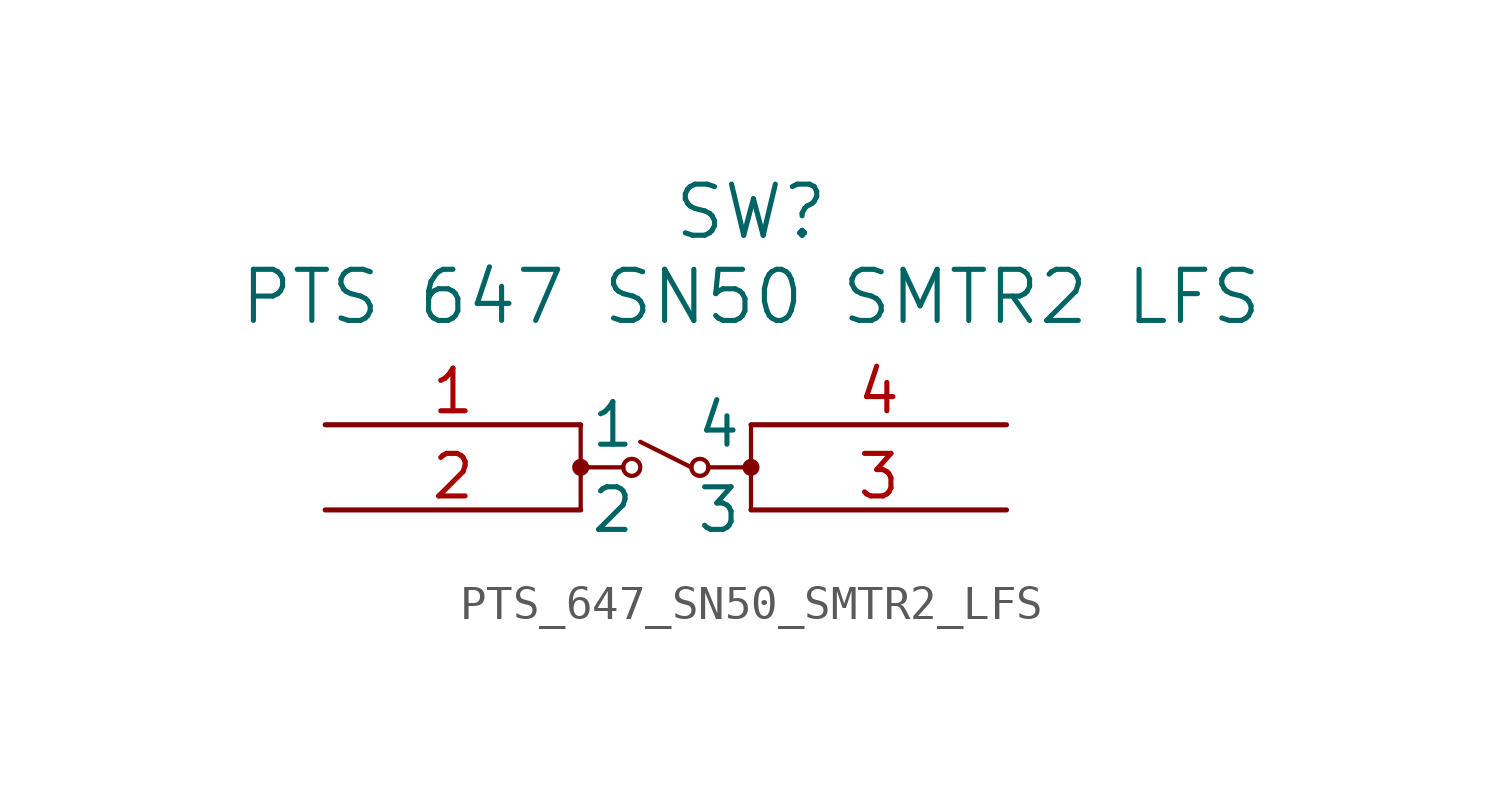
<source format=kicad_sym>
(kicad_symbol_lib
  (version 20220914)
  (generator kicad_symbol_editor)
  (symbol "PTS_647_SN50_SMTR2_LFS"
    (pin_names
      (offset 0.254))
    (property "Reference" "SW"
      (at 2.54 5.08 0)
      (effects (font (size 1.524 1.524))))
    (property "Value" "PTS 647 SN50 SMTR2 LFS"
      (at 2.54 2.54 0)
      (effects (font (size 1.524 1.524))))
    (property "ki_locked" ""
      (at 0 0 0)
      (effects (font (size 1.27 1.27))))
    (symbol "PTS_647_SN50_SMTR2_LFS_0_1"
      (circle (center -2.54 -2.54) (radius 0.127) (stroke (width 0.254) (type default)) (fill (type none)))
      (circle (center -1.016 -2.54) (radius 0.254) (stroke (width 0.127) (type default)) (fill (type none)))
      (polyline (pts (xy -2.54 -2.54) (xy -1.27 -2.54)) (stroke (width 0.127) (type default)) (fill (type none)))
      (polyline (pts (xy -2.54 -1.27) (xy -2.54 -3.81)) (stroke (width 0.127) (type default)) (fill (type none)))
      (polyline (pts (xy -0.762 -1.778) (xy 0.762 -2.54)) (stroke (width 0.127) (type default)) (fill (type none)))
      (polyline (pts (xy 2.54 -2.54) (xy 1.27 -2.54)) (stroke (width 0.127) (type default)) (fill (type none)))
      (polyline (pts (xy 2.54 -1.27) (xy 2.54 -3.81)) (stroke (width 0.127) (type default)) (fill (type none)))
      (circle (center 1.016 -2.54) (radius 0.254) (stroke (width 0.127) (type default)) (fill (type none)))
      (circle (center 2.54 -2.54) (radius 0.127) (stroke (width 0.254) (type default)) (fill (type none)))
      (pin unspecified line (at -10.16 -1.27 0) (length 7.62) (name "1" (effects (font (size 1.27 1.27)))) (number "1" (effects (font (size 1.27 1.27)))))
      (pin unspecified line (at -10.16 -3.81 0) (length 7.62) (name "2" (effects (font (size 1.27 1.27)))) (number "2" (effects (font (size 1.27 1.27)))))
      (pin unspecified line (at 10.16 -3.81 180) (length 7.62) (name "3" (effects (font (size 1.27 1.27)))) (number "3" (effects (font (size 1.27 1.27)))))
      (pin unspecified line (at 10.16 -1.27 180) (length 7.62) (name "4" (effects (font (size 1.27 1.27)))) (number "4" (effects (font (size 1.27 1.27))))))))
</source>
